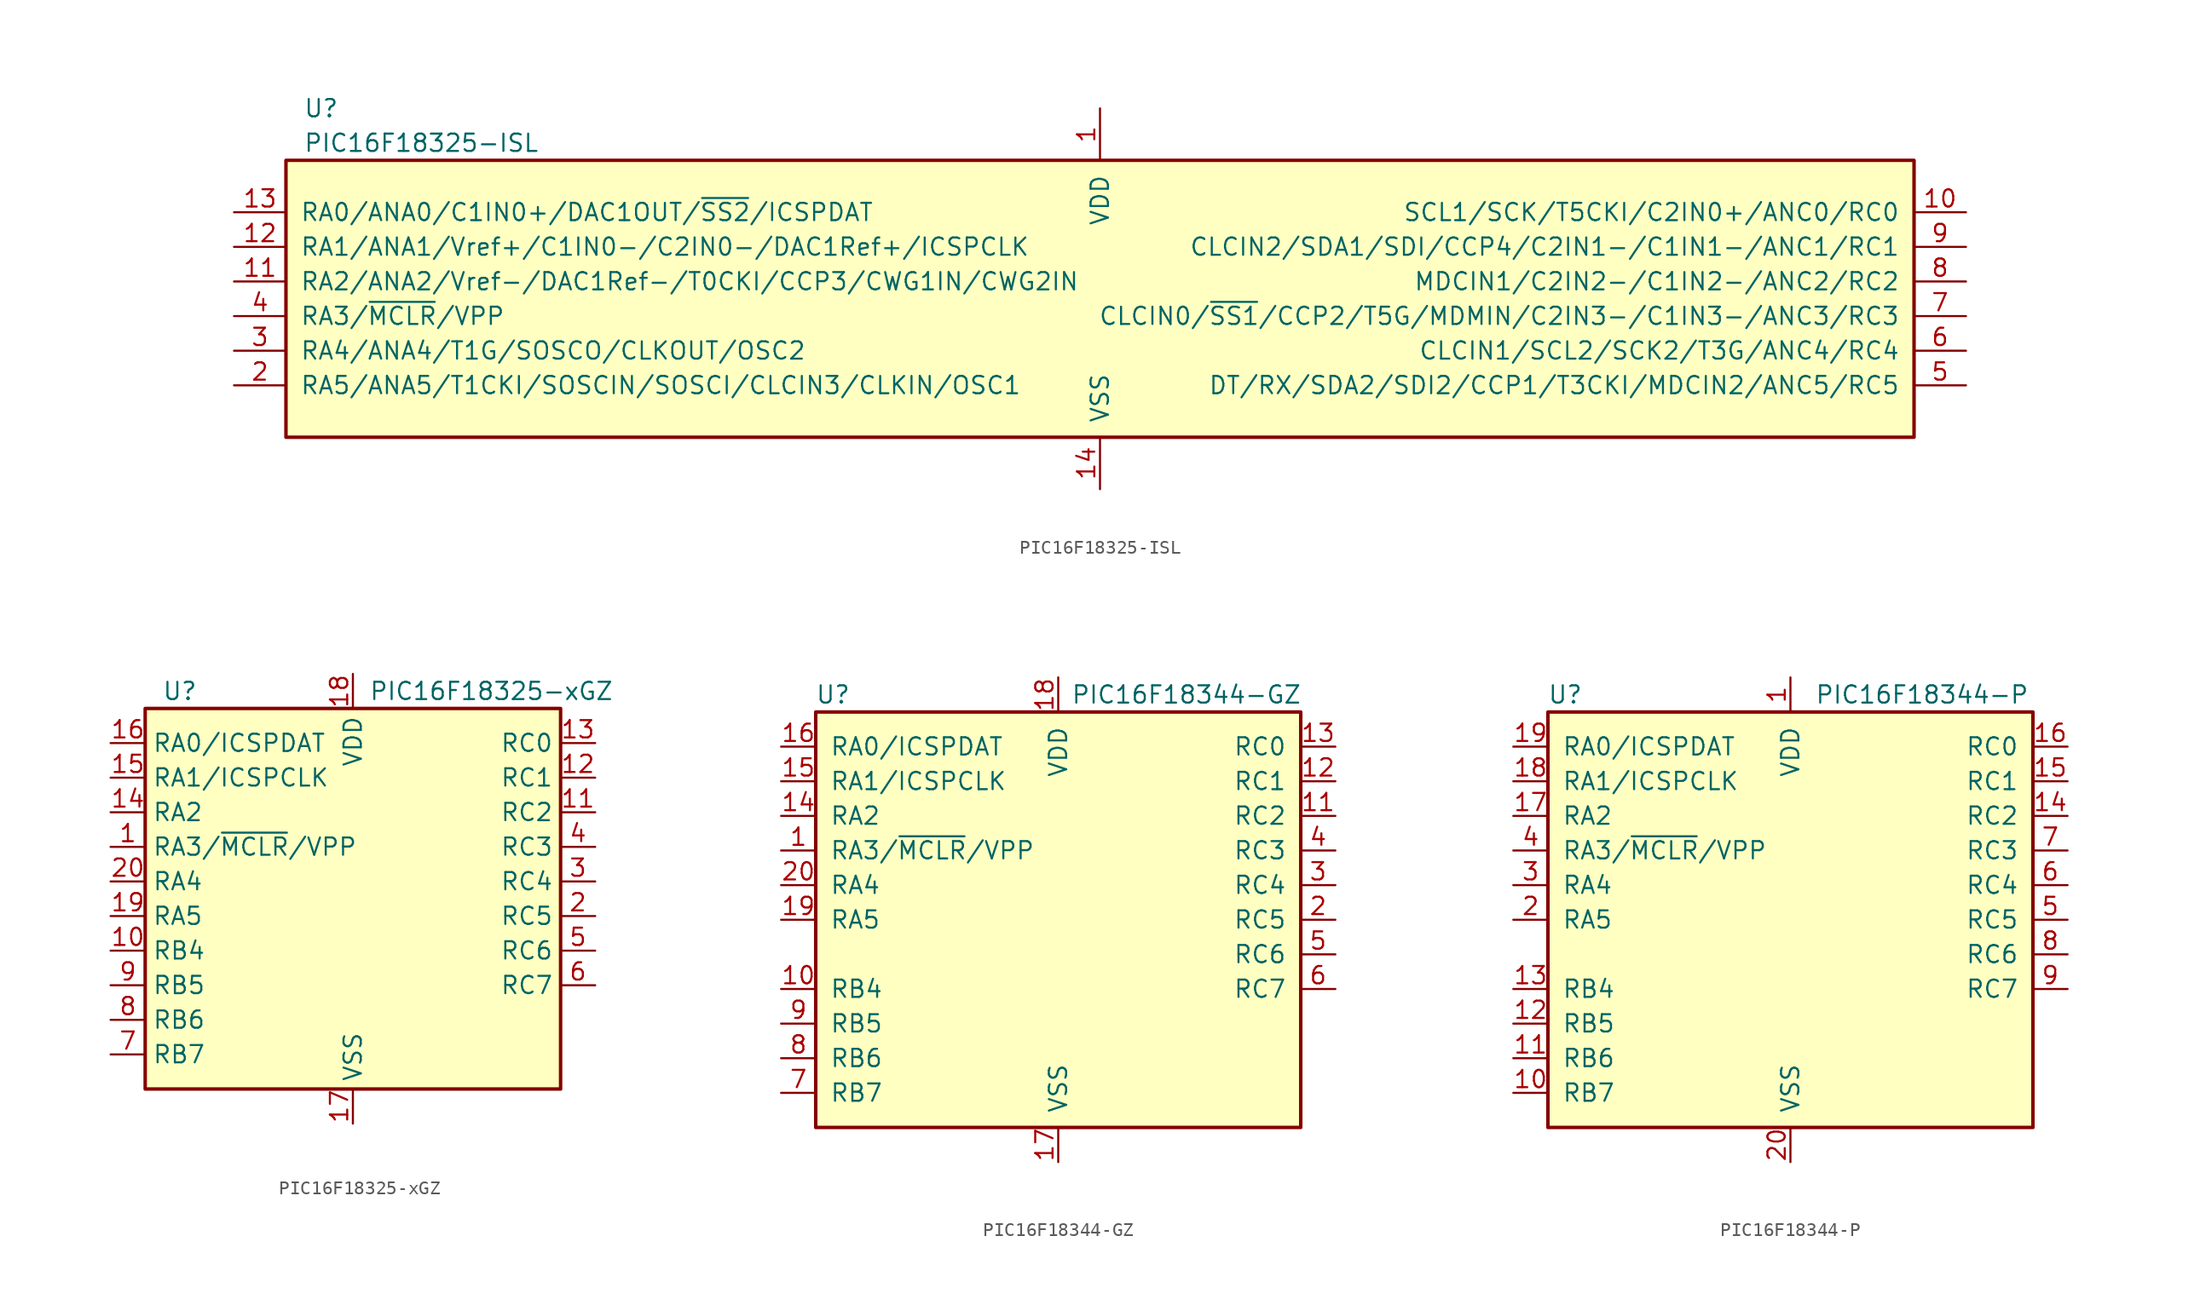
<source format=kicad_sym>
(kicad_symbol_lib
  (version 20211014)
  (generator kicad_symbol_editor)
  (symbol "PIC16F18325-ISL"
    (pin_names
      (offset 1.016))
    (property "Reference" "U"
      (at -58.42 15.24 0)
      (effects (font (size 1.27 1.27)) (justify left)))
    (property "Value" "PIC16F18325-ISL"
      (at -58.42 12.7 0)
      (effects (font (size 1.27 1.27)) (justify left)))
    (symbol "PIC16F18325-ISL_1_1"
      (rectangle (start -59.69 11.43) (end 59.69 -8.89) (stroke (width 0.254) (type default) (color 0 0 0 0)) (fill (type background)))
      (pin power_in line (at 0 15.24 270) (length 3.81) (name "VDD" (effects (font (size 1.27 1.27)))) (number "1" (effects (font (size 1.27 1.27)))))
      (pin bidirectional line (at 63.5 7.62 180) (length 3.81) (name "SCL1/SCK/T5CKI/C2IN0+/ANC0/RC0" (effects (font (size 1.27 1.27)))) (number "10" (effects (font (size 1.27 1.27)))))
      (pin bidirectional line (at -63.5 2.54 0) (length 3.81) (name "RA2/ANA2/Vref-/DAC1Ref-/T0CKI/CCP3/CWG1IN/CWG2IN" (effects (font (size 1.27 1.27)))) (number "11" (effects (font (size 1.27 1.27)))))
      (pin bidirectional line (at -63.5 5.08 0) (length 3.81) (name "RA1/ANA1/Vref+/C1IN0-/C2IN0-/DAC1Ref+/ICSPCLK" (effects (font (size 1.27 1.27)))) (number "12" (effects (font (size 1.27 1.27)))))
      (pin bidirectional line (at -63.5 7.62 0) (length 3.81) (name "RA0/ANA0/C1IN0+/DAC1OUT/~{SS2}/ICSPDAT" (effects (font (size 1.27 1.27)))) (number "13" (effects (font (size 1.27 1.27)))))
      (pin power_in line (at 0 -12.7 90) (length 3.81) (name "VSS" (effects (font (size 1.27 1.27)))) (number "14" (effects (font (size 1.27 1.27)))))
      (pin bidirectional line (at -63.5 -5.08 0) (length 3.81) (name "RA5/ANA5/T1CKI/SOSCIN/SOSCI/CLCIN3/CLKIN/OSC1" (effects (font (size 1.27 1.27)))) (number "2" (effects (font (size 1.27 1.27)))))
      (pin bidirectional line (at -63.5 -2.54 0) (length 3.81) (name "RA4/ANA4/T1G/SOSCO/CLKOUT/OSC2" (effects (font (size 1.27 1.27)))) (number "3" (effects (font (size 1.27 1.27)))))
      (pin bidirectional line (at -63.5 0 0) (length 3.81) (name "RA3/~{MCLR}/VPP" (effects (font (size 1.27 1.27)))) (number "4" (effects (font (size 1.27 1.27)))))
      (pin bidirectional line (at 63.5 -5.08 180) (length 3.81) (name "DT/RX/SDA2/SDI2/CCP1/T3CKI/MDCIN2/ANC5/RC5" (effects (font (size 1.27 1.27)))) (number "5" (effects (font (size 1.27 1.27)))))
      (pin bidirectional line (at 63.5 -2.54 180) (length 3.81) (name "CLCIN1/SCL2/SCK2/T3G/ANC4/RC4" (effects (font (size 1.27 1.27)))) (number "6" (effects (font (size 1.27 1.27)))))
      (pin bidirectional line (at 63.5 0 180) (length 3.81) (name "CLCIN0/~{SS1}/CCP2/T5G/MDMIN/C2IN3-/C1IN3-/ANC3/RC3" (effects (font (size 1.27 1.27)))) (number "7" (effects (font (size 1.27 1.27)))))
      (pin bidirectional line (at 63.5 2.54 180) (length 3.81) (name "MDCIN1/C2IN2-/C1IN2-/ANC2/RC2" (effects (font (size 1.27 1.27)))) (number "8" (effects (font (size 1.27 1.27)))))
      (pin bidirectional line (at 63.5 5.08 180) (length 3.81) (name "CLCIN2/SDA1/SDI/CCP4/C2IN1-/C1IN1-/ANC1/RC1" (effects (font (size 1.27 1.27)))) (number "9" (effects (font (size 1.27 1.27)))))))
  (symbol "PIC16F18325-xGZ"
    (property "Reference" "U"
      (at -12.7 13.97 0)
      (effects (font (size 1.27 1.27))))
    (property "Value" "PIC16F18325-xGZ"
      (at 10.16 13.97 0)
      (effects (font (size 1.27 1.27))))
    (symbol "PIC16F18325-xGZ_1_1"
      (rectangle (start -15.24 12.7) (end 15.24 -15.24) (stroke (width 0.254) (type default) (color 0 0 0 0)) (fill (type background)))
      (pin bidirectional line (at -17.78 2.54 0) (length 2.54) (name "RA3/~{MCLR}/VPP" (effects (font (size 1.27 1.27)))) (number "1" (effects (font (size 1.27 1.27)))))
      (pin bidirectional line (at -17.78 -5.08 0) (length 2.54) (name "RB4" (effects (font (size 1.27 1.27)))) (number "10" (effects (font (size 1.27 1.27)))))
      (pin bidirectional line (at 17.78 5.08 180) (length 2.54) (name "RC2" (effects (font (size 1.27 1.27)))) (number "11" (effects (font (size 1.27 1.27)))))
      (pin bidirectional line (at 17.78 7.62 180) (length 2.54) (name "RC1" (effects (font (size 1.27 1.27)))) (number "12" (effects (font (size 1.27 1.27)))))
      (pin bidirectional line (at 17.78 10.16 180) (length 2.54) (name "RC0" (effects (font (size 1.27 1.27)))) (number "13" (effects (font (size 1.27 1.27)))))
      (pin bidirectional line (at -17.78 5.08 0) (length 2.54) (name "RA2" (effects (font (size 1.27 1.27)))) (number "14" (effects (font (size 1.27 1.27)))))
      (pin bidirectional line (at -17.78 7.62 0) (length 2.54) (name "RA1/ICSPCLK" (effects (font (size 1.27 1.27)))) (number "15" (effects (font (size 1.27 1.27)))))
      (pin bidirectional line (at -17.78 10.16 0) (length 2.54) (name "RA0/ICSPDAT" (effects (font (size 1.27 1.27)))) (number "16" (effects (font (size 1.27 1.27)))))
      (pin power_in line (at 0 -17.78 90) (length 2.54) (name "VSS" (effects (font (size 1.27 1.27)))) (number "17" (effects (font (size 1.27 1.27)))))
      (pin power_in line (at 0 15.24 270) (length 2.54) (name "VDD" (effects (font (size 1.27 1.27)))) (number "18" (effects (font (size 1.27 1.27)))))
      (pin bidirectional line (at -17.78 -2.54 0) (length 2.54) (name "RA5" (effects (font (size 1.27 1.27)))) (number "19" (effects (font (size 1.27 1.27)))))
      (pin bidirectional line (at 17.78 -2.54 180) (length 2.54) (name "RC5" (effects (font (size 1.27 1.27)))) (number "2" (effects (font (size 1.27 1.27)))))
      (pin bidirectional line (at -17.78 0 0) (length 2.54) (name "RA4" (effects (font (size 1.27 1.27)))) (number "20" (effects (font (size 1.27 1.27)))))
      (pin passive line (at 0 -17.78 90) (length 2.54) hide (name "VSS" (effects (font (size 1.27 1.27)))) (number "21" (effects (font (size 1.27 1.27)))))
      (pin bidirectional line (at 17.78 0 180) (length 2.54) (name "RC4" (effects (font (size 1.27 1.27)))) (number "3" (effects (font (size 1.27 1.27)))))
      (pin bidirectional line (at 17.78 2.54 180) (length 2.54) (name "RC3" (effects (font (size 1.27 1.27)))) (number "4" (effects (font (size 1.27 1.27)))))
      (pin bidirectional line (at 17.78 -5.08 180) (length 2.54) (name "RC6" (effects (font (size 1.27 1.27)))) (number "5" (effects (font (size 1.27 1.27)))))
      (pin bidirectional line (at 17.78 -7.62 180) (length 2.54) (name "RC7" (effects (font (size 1.27 1.27)))) (number "6" (effects (font (size 1.27 1.27)))))
      (pin bidirectional line (at -17.78 -12.7 0) (length 2.54) (name "RB7" (effects (font (size 1.27 1.27)))) (number "7" (effects (font (size 1.27 1.27)))))
      (pin bidirectional line (at -17.78 -10.16 0) (length 2.54) (name "RB6" (effects (font (size 1.27 1.27)))) (number "8" (effects (font (size 1.27 1.27)))))
      (pin bidirectional line (at -17.78 -7.62 0) (length 2.54) (name "RB5" (effects (font (size 1.27 1.27)))) (number "9" (effects (font (size 1.27 1.27)))))))
  (symbol "PIC16F18344-GZ"
    (pin_names
      (offset 1.016))
    (property "Reference" "U"
      (at -16.51 16.51 0)
      (effects (font (size 1.27 1.27))))
    (property "Value" "PIC16F18344-GZ"
      (at 9.398 16.51 0)
      (effects (font (size 1.27 1.27))))
    (symbol "PIC16F18344-GZ_0_1"
      (rectangle (start -17.78 15.24) (end 17.78 -15.24) (stroke (width 0.254) (type default) (color 0 0 0 0)) (fill (type background))))
    (symbol "PIC16F18344-GZ_1_1"
      (pin bidirectional line (at -20.32 5.08 0) (length 2.54) (name "RA3/~{MCLR}/VPP" (effects (font (size 1.27 1.27)))) (number "1" (effects (font (size 1.27 1.27)))))
      (pin bidirectional line (at -20.32 -5.08 0) (length 2.54) (name "RB4" (effects (font (size 1.27 1.27)))) (number "10" (effects (font (size 1.27 1.27)))))
      (pin bidirectional line (at 20.32 7.62 180) (length 2.54) (name "RC2" (effects (font (size 1.27 1.27)))) (number "11" (effects (font (size 1.27 1.27)))))
      (pin bidirectional line (at 20.32 10.16 180) (length 2.54) (name "RC1" (effects (font (size 1.27 1.27)))) (number "12" (effects (font (size 1.27 1.27)))))
      (pin bidirectional line (at 20.32 12.7 180) (length 2.54) (name "RC0" (effects (font (size 1.27 1.27)))) (number "13" (effects (font (size 1.27 1.27)))))
      (pin bidirectional line (at -20.32 7.62 0) (length 2.54) (name "RA2" (effects (font (size 1.27 1.27)))) (number "14" (effects (font (size 1.27 1.27)))))
      (pin bidirectional line (at -20.32 10.16 0) (length 2.54) (name "RA1/ICSPCLK" (effects (font (size 1.27 1.27)))) (number "15" (effects (font (size 1.27 1.27)))))
      (pin bidirectional line (at -20.32 12.7 0) (length 2.54) (name "RA0/ICSPDAT" (effects (font (size 1.27 1.27)))) (number "16" (effects (font (size 1.27 1.27)))))
      (pin power_in line (at 0 -17.78 90) (length 2.54) (name "VSS" (effects (font (size 1.27 1.27)))) (number "17" (effects (font (size 1.27 1.27)))))
      (pin power_in line (at 0 17.78 270) (length 2.54) (name "VDD" (effects (font (size 1.27 1.27)))) (number "18" (effects (font (size 1.27 1.27)))))
      (pin bidirectional line (at -20.32 0 0) (length 2.54) (name "RA5" (effects (font (size 1.27 1.27)))) (number "19" (effects (font (size 1.27 1.27)))))
      (pin bidirectional line (at 20.32 0 180) (length 2.54) (name "RC5" (effects (font (size 1.27 1.27)))) (number "2" (effects (font (size 1.27 1.27)))))
      (pin bidirectional line (at -20.32 2.54 0) (length 2.54) (name "RA4" (effects (font (size 1.27 1.27)))) (number "20" (effects (font (size 1.27 1.27)))))
      (pin bidirectional line (at 20.32 2.54 180) (length 2.54) (name "RC4" (effects (font (size 1.27 1.27)))) (number "3" (effects (font (size 1.27 1.27)))))
      (pin bidirectional line (at 20.32 5.08 180) (length 2.54) (name "RC3" (effects (font (size 1.27 1.27)))) (number "4" (effects (font (size 1.27 1.27)))))
      (pin bidirectional line (at 20.32 -2.54 180) (length 2.54) (name "RC6" (effects (font (size 1.27 1.27)))) (number "5" (effects (font (size 1.27 1.27)))))
      (pin bidirectional line (at 20.32 -5.08 180) (length 2.54) (name "RC7" (effects (font (size 1.27 1.27)))) (number "6" (effects (font (size 1.27 1.27)))))
      (pin bidirectional line (at -20.32 -12.7 0) (length 2.54) (name "RB7" (effects (font (size 1.27 1.27)))) (number "7" (effects (font (size 1.27 1.27)))))
      (pin bidirectional line (at -20.32 -10.16 0) (length 2.54) (name "RB6" (effects (font (size 1.27 1.27)))) (number "8" (effects (font (size 1.27 1.27)))))
      (pin bidirectional line (at -20.32 -7.62 0) (length 2.54) (name "RB5" (effects (font (size 1.27 1.27)))) (number "9" (effects (font (size 1.27 1.27)))))))
  (symbol "PIC16F18344-P"
    (pin_names
      (offset 1.016))
    (property "Reference" "U"
      (at -16.51 16.51 0)
      (effects (font (size 1.27 1.27))))
    (property "Value" "PIC16F18344-P"
      (at 9.652 16.51 0)
      (effects (font (size 1.27 1.27))))
    (symbol "PIC16F18344-P_0_1"
      (rectangle (start -17.78 15.24) (end 17.78 -15.24) (stroke (width 0.254) (type default) (color 0 0 0 0)) (fill (type background))))
    (symbol "PIC16F18344-P_1_1"
      (pin power_in line (at 0 17.78 270) (length 2.54) (name "VDD" (effects (font (size 1.27 1.27)))) (number "1" (effects (font (size 1.27 1.27)))))
      (pin bidirectional line (at -20.32 -12.7 0) (length 2.54) (name "RB7" (effects (font (size 1.27 1.27)))) (number "10" (effects (font (size 1.27 1.27)))))
      (pin bidirectional line (at -20.32 -10.16 0) (length 2.54) (name "RB6" (effects (font (size 1.27 1.27)))) (number "11" (effects (font (size 1.27 1.27)))))
      (pin bidirectional line (at -20.32 -7.62 0) (length 2.54) (name "RB5" (effects (font (size 1.27 1.27)))) (number "12" (effects (font (size 1.27 1.27)))))
      (pin bidirectional line (at -20.32 -5.08 0) (length 2.54) (name "RB4" (effects (font (size 1.27 1.27)))) (number "13" (effects (font (size 1.27 1.27)))))
      (pin bidirectional line (at 20.32 7.62 180) (length 2.54) (name "RC2" (effects (font (size 1.27 1.27)))) (number "14" (effects (font (size 1.27 1.27)))))
      (pin bidirectional line (at 20.32 10.16 180) (length 2.54) (name "RC1" (effects (font (size 1.27 1.27)))) (number "15" (effects (font (size 1.27 1.27)))))
      (pin bidirectional line (at 20.32 12.7 180) (length 2.54) (name "RC0" (effects (font (size 1.27 1.27)))) (number "16" (effects (font (size 1.27 1.27)))))
      (pin bidirectional line (at -20.32 7.62 0) (length 2.54) (name "RA2" (effects (font (size 1.27 1.27)))) (number "17" (effects (font (size 1.27 1.27)))))
      (pin bidirectional line (at -20.32 10.16 0) (length 2.54) (name "RA1/ICSPCLK" (effects (font (size 1.27 1.27)))) (number "18" (effects (font (size 1.27 1.27)))))
      (pin bidirectional line (at -20.32 12.7 0) (length 2.54) (name "RA0/ICSPDAT" (effects (font (size 1.27 1.27)))) (number "19" (effects (font (size 1.27 1.27)))))
      (pin bidirectional line (at -20.32 0 0) (length 2.54) (name "RA5" (effects (font (size 1.27 1.27)))) (number "2" (effects (font (size 1.27 1.27)))))
      (pin power_in line (at 0 -17.78 90) (length 2.54) (name "VSS" (effects (font (size 1.27 1.27)))) (number "20" (effects (font (size 1.27 1.27)))))
      (pin bidirectional line (at -20.32 2.54 0) (length 2.54) (name "RA4" (effects (font (size 1.27 1.27)))) (number "3" (effects (font (size 1.27 1.27)))))
      (pin bidirectional line (at -20.32 5.08 0) (length 2.54) (name "RA3/~{MCLR}/VPP" (effects (font (size 1.27 1.27)))) (number "4" (effects (font (size 1.27 1.27)))))
      (pin bidirectional line (at 20.32 0 180) (length 2.54) (name "RC5" (effects (font (size 1.27 1.27)))) (number "5" (effects (font (size 1.27 1.27)))))
      (pin bidirectional line (at 20.32 2.54 180) (length 2.54) (name "RC4" (effects (font (size 1.27 1.27)))) (number "6" (effects (font (size 1.27 1.27)))))
      (pin bidirectional line (at 20.32 5.08 180) (length 2.54) (name "RC3" (effects (font (size 1.27 1.27)))) (number "7" (effects (font (size 1.27 1.27)))))
      (pin bidirectional line (at 20.32 -2.54 180) (length 2.54) (name "RC6" (effects (font (size 1.27 1.27)))) (number "8" (effects (font (size 1.27 1.27)))))
      (pin bidirectional line (at 20.32 -5.08 180) (length 2.54) (name "RC7" (effects (font (size 1.27 1.27)))) (number "9" (effects (font (size 1.27 1.27))))))))
</source>
